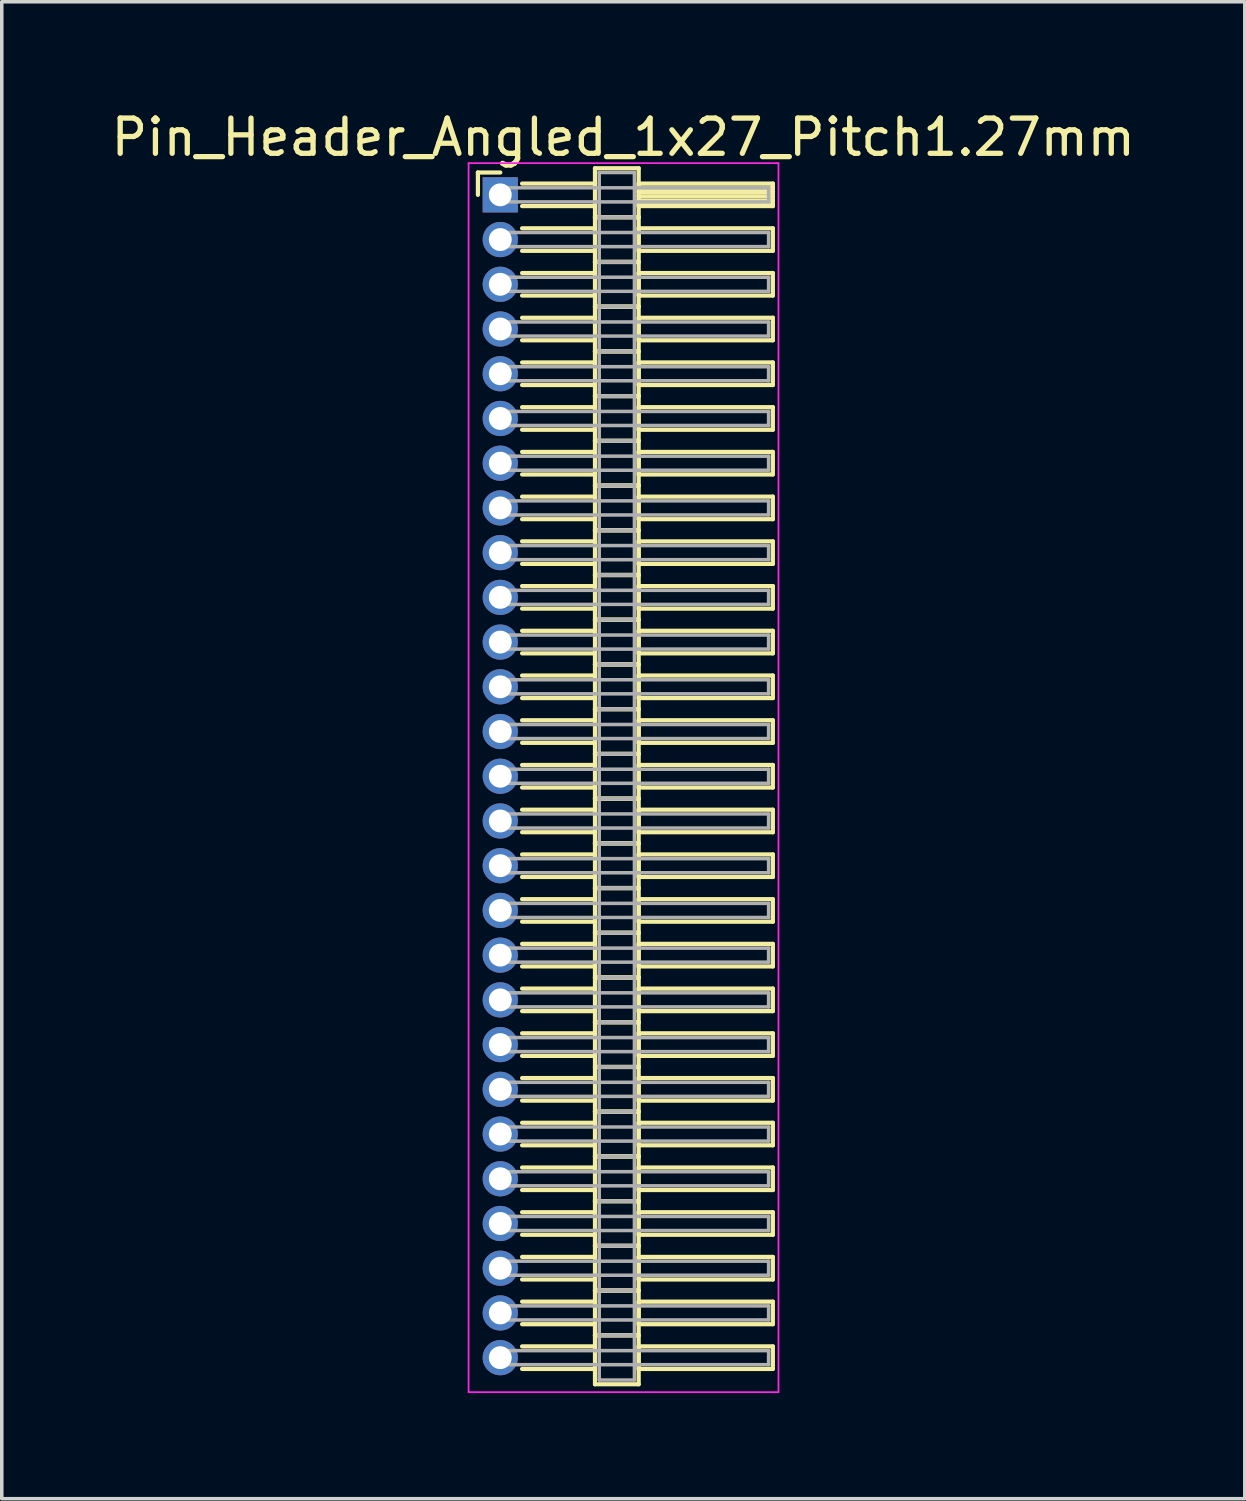
<source format=kicad_pcb>
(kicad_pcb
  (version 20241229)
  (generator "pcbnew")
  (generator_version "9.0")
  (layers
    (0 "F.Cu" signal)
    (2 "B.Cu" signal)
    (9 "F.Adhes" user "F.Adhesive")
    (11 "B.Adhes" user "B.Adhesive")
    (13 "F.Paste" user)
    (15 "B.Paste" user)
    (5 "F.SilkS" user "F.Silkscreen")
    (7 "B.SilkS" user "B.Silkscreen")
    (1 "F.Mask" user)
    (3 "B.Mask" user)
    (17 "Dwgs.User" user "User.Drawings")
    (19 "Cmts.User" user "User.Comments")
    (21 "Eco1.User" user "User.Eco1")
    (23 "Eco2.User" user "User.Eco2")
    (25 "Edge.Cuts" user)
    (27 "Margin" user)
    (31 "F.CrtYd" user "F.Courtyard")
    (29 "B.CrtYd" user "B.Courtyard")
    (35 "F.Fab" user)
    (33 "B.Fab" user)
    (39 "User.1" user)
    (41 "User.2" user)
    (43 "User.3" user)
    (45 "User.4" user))
  (footprint "Pin_Header_Angled_1x27_Pitch1.27mm"
    (layer "F.Cu")
    (at 11.156 2.483)
    (property "Reference" "Pin_Header_Angled_1x27_Pitch1.27mm" (at 3.493 -1.635 0) (layer "F.SilkS") (effects (font (size 1 1) (thickness 0.15))))
    (attr through_hole)
    (fp_line (start -0.635 -0.635) (end 0 -0.635) (stroke (width 0.12) (type solid)) (layer "F.SilkS"))
    (fp_line (start -0.635 0) (end -0.635 -0.635) (stroke (width 0.12) (type solid)) (layer "F.SilkS"))
    (fp_line (start 0.62 -0.32) (end 2.69 -0.32) (stroke (width 0.12) (type solid)) (layer "F.SilkS"))
    (fp_line (start 0.62 0.32) (end 2.69 0.32) (stroke (width 0.12) (type solid)) (layer "F.SilkS"))
    (fp_line (start 0.62 0.95) (end 2.69 0.95) (stroke (width 0.12) (type solid)) (layer "F.SilkS"))
    (fp_line (start 0.62 1.59) (end 2.69 1.59) (stroke (width 0.12) (type solid)) (layer "F.SilkS"))
    (fp_line (start 0.62 2.22) (end 2.69 2.22) (stroke (width 0.12) (type solid)) (layer "F.SilkS"))
    (fp_line (start 0.62 2.86) (end 2.69 2.86) (stroke (width 0.12) (type solid)) (layer "F.SilkS"))
    (fp_line (start 0.62 3.49) (end 2.69 3.49) (stroke (width 0.12) (type solid)) (layer "F.SilkS"))
    (fp_line (start 0.62 4.13) (end 2.69 4.13) (stroke (width 0.12) (type solid)) (layer "F.SilkS"))
    (fp_line (start 0.62 4.76) (end 2.69 4.76) (stroke (width 0.12) (type solid)) (layer "F.SilkS"))
    (fp_line (start 0.62 5.4) (end 2.69 5.4) (stroke (width 0.12) (type solid)) (layer "F.SilkS"))
    (fp_line (start 0.62 6.03) (end 2.69 6.03) (stroke (width 0.12) (type solid)) (layer "F.SilkS"))
    (fp_line (start 0.62 6.67) (end 2.69 6.67) (stroke (width 0.12) (type solid)) (layer "F.SilkS"))
    (fp_line (start 0.62 7.3) (end 2.69 7.3) (stroke (width 0.12) (type solid)) (layer "F.SilkS"))
    (fp_line (start 0.62 7.94) (end 2.69 7.94) (stroke (width 0.12) (type solid)) (layer "F.SilkS"))
    (fp_line (start 0.62 8.57) (end 2.69 8.57) (stroke (width 0.12) (type solid)) (layer "F.SilkS"))
    (fp_line (start 0.62 9.21) (end 2.69 9.21) (stroke (width 0.12) (type solid)) (layer "F.SilkS"))
    (fp_line (start 0.62 9.84) (end 2.69 9.84) (stroke (width 0.12) (type solid)) (layer "F.SilkS"))
    (fp_line (start 0.62 10.48) (end 2.69 10.48) (stroke (width 0.12) (type solid)) (layer "F.SilkS"))
    (fp_line (start 0.62 11.11) (end 2.69 11.11) (stroke (width 0.12) (type solid)) (layer "F.SilkS"))
    (fp_line (start 0.62 11.75) (end 2.69 11.75) (stroke (width 0.12) (type solid)) (layer "F.SilkS"))
    (fp_line (start 0.62 12.38) (end 2.69 12.38) (stroke (width 0.12) (type solid)) (layer "F.SilkS"))
    (fp_line (start 0.62 13.02) (end 2.69 13.02) (stroke (width 0.12) (type solid)) (layer "F.SilkS"))
    (fp_line (start 0.62 13.65) (end 2.69 13.65) (stroke (width 0.12) (type solid)) (layer "F.SilkS"))
    (fp_line (start 0.62 14.29) (end 2.69 14.29) (stroke (width 0.12) (type solid)) (layer "F.SilkS"))
    (fp_line (start 0.62 14.92) (end 2.69 14.92) (stroke (width 0.12) (type solid)) (layer "F.SilkS"))
    (fp_line (start 0.62 15.56) (end 2.69 15.56) (stroke (width 0.12) (type solid)) (layer "F.SilkS"))
    (fp_line (start 0.62 16.19) (end 2.69 16.19) (stroke (width 0.12) (type solid)) (layer "F.SilkS"))
    (fp_line (start 0.62 16.83) (end 2.69 16.83) (stroke (width 0.12) (type solid)) (layer "F.SilkS"))
    (fp_line (start 0.62 17.46) (end 2.69 17.46) (stroke (width 0.12) (type solid)) (layer "F.SilkS"))
    (fp_line (start 0.62 18.1) (end 2.69 18.1) (stroke (width 0.12) (type solid)) (layer "F.SilkS"))
    (fp_line (start 0.62 18.73) (end 2.69 18.73) (stroke (width 0.12) (type solid)) (layer "F.SilkS"))
    (fp_line (start 0.62 19.37) (end 2.69 19.37) (stroke (width 0.12) (type solid)) (layer "F.SilkS"))
    (fp_line (start 0.62 20) (end 2.69 20) (stroke (width 0.12) (type solid)) (layer "F.SilkS"))
    (fp_line (start 0.62 20.64) (end 2.69 20.64) (stroke (width 0.12) (type solid)) (layer "F.SilkS"))
    (fp_line (start 0.62 21.27) (end 2.69 21.27) (stroke (width 0.12) (type solid)) (layer "F.SilkS"))
    (fp_line (start 0.62 21.91) (end 2.69 21.91) (stroke (width 0.12) (type solid)) (layer "F.SilkS"))
    (fp_line (start 0.62 22.54) (end 2.69 22.54) (stroke (width 0.12) (type solid)) (layer "F.SilkS"))
    (fp_line (start 0.62 23.18) (end 2.69 23.18) (stroke (width 0.12) (type solid)) (layer "F.SilkS"))
    (fp_line (start 0.62 23.81) (end 2.69 23.81) (stroke (width 0.12) (type solid)) (layer "F.SilkS"))
    (fp_line (start 0.62 24.45) (end 2.69 24.45) (stroke (width 0.12) (type solid)) (layer "F.SilkS"))
    (fp_line (start 0.62 25.08) (end 2.69 25.08) (stroke (width 0.12) (type solid)) (layer "F.SilkS"))
    (fp_line (start 0.62 25.72) (end 2.69 25.72) (stroke (width 0.12) (type solid)) (layer "F.SilkS"))
    (fp_line (start 0.62 26.35) (end 2.69 26.35) (stroke (width 0.12) (type solid)) (layer "F.SilkS"))
    (fp_line (start 0.62 26.99) (end 2.69 26.99) (stroke (width 0.12) (type solid)) (layer "F.SilkS"))
    (fp_line (start 0.62 27.62) (end 2.69 27.62) (stroke (width 0.12) (type solid)) (layer "F.SilkS"))
    (fp_line (start 0.62 28.26) (end 2.69 28.26) (stroke (width 0.12) (type solid)) (layer "F.SilkS"))
    (fp_line (start 0.62 28.89) (end 2.69 28.89) (stroke (width 0.12) (type solid)) (layer "F.SilkS"))
    (fp_line (start 0.62 29.53) (end 2.69 29.53) (stroke (width 0.12) (type solid)) (layer "F.SilkS"))
    (fp_line (start 0.62 30.16) (end 2.69 30.16) (stroke (width 0.12) (type solid)) (layer "F.SilkS"))
    (fp_line (start 0.62 30.8) (end 2.69 30.8) (stroke (width 0.12) (type solid)) (layer "F.SilkS"))
    (fp_line (start 0.62 31.43) (end 2.69 31.43) (stroke (width 0.12) (type solid)) (layer "F.SilkS"))
    (fp_line (start 0.62 32.07) (end 2.69 32.07) (stroke (width 0.12) (type solid)) (layer "F.SilkS"))
    (fp_line (start 0.62 32.7) (end 2.69 32.7) (stroke (width 0.12) (type solid)) (layer "F.SilkS"))
    (fp_line (start 0.62 33.34) (end 2.69 33.34) (stroke (width 0.12) (type solid)) (layer "F.SilkS"))
    (fp_line (start 2.69 -0.755) (end 2.69 0.635) (stroke (width 0.12) (type solid)) (layer "F.SilkS"))
    (fp_line (start 2.69 0.635) (end 2.69 1.905) (stroke (width 0.12) (type solid)) (layer "F.SilkS"))
    (fp_line (start 2.69 0.635) (end 3.93 0.635) (stroke (width 0.12) (type solid)) (layer "F.SilkS"))
    (fp_line (start 2.69 1.905) (end 2.69 3.175) (stroke (width 0.12) (type solid)) (layer "F.SilkS"))
    (fp_line (start 2.69 1.905) (end 3.93 1.905) (stroke (width 0.12) (type solid)) (layer "F.SilkS"))
    (fp_line (start 2.69 3.175) (end 2.69 4.445) (stroke (width 0.12) (type solid)) (layer "F.SilkS"))
    (fp_line (start 2.69 3.175) (end 3.93 3.175) (stroke (width 0.12) (type solid)) (layer "F.SilkS"))
    (fp_line (start 2.69 4.445) (end 2.69 5.715) (stroke (width 0.12) (type solid)) (layer "F.SilkS"))
    (fp_line (start 2.69 4.445) (end 3.93 4.445) (stroke (width 0.12) (type solid)) (layer "F.SilkS"))
    (fp_line (start 2.69 5.715) (end 2.69 6.985) (stroke (width 0.12) (type solid)) (layer "F.SilkS"))
    (fp_line (start 2.69 5.715) (end 3.93 5.715) (stroke (width 0.12) (type solid)) (layer "F.SilkS"))
    (fp_line (start 2.69 6.985) (end 2.69 8.255) (stroke (width 0.12) (type solid)) (layer "F.SilkS"))
    (fp_line (start 2.69 6.985) (end 3.93 6.985) (stroke (width 0.12) (type solid)) (layer "F.SilkS"))
    (fp_line (start 2.69 8.255) (end 2.69 9.525) (stroke (width 0.12) (type solid)) (layer "F.SilkS"))
    (fp_line (start 2.69 8.255) (end 3.93 8.255) (stroke (width 0.12) (type solid)) (layer "F.SilkS"))
    (fp_line (start 2.69 9.525) (end 2.69 10.795) (stroke (width 0.12) (type solid)) (layer "F.SilkS"))
    (fp_line (start 2.69 9.525) (end 3.93 9.525) (stroke (width 0.12) (type solid)) (layer "F.SilkS"))
    (fp_line (start 2.69 10.795) (end 2.69 12.065) (stroke (width 0.12) (type solid)) (layer "F.SilkS"))
    (fp_line (start 2.69 10.795) (end 3.93 10.795) (stroke (width 0.12) (type solid)) (layer "F.SilkS"))
    (fp_line (start 2.69 12.065) (end 2.69 13.335) (stroke (width 0.12) (type solid)) (layer "F.SilkS"))
    (fp_line (start 2.69 12.065) (end 3.93 12.065) (stroke (width 0.12) (type solid)) (layer "F.SilkS"))
    (fp_line (start 2.69 13.335) (end 2.69 14.605) (stroke (width 0.12) (type solid)) (layer "F.SilkS"))
    (fp_line (start 2.69 13.335) (end 3.93 13.335) (stroke (width 0.12) (type solid)) (layer "F.SilkS"))
    (fp_line (start 2.69 14.605) (end 2.69 15.875) (stroke (width 0.12) (type solid)) (layer "F.SilkS"))
    (fp_line (start 2.69 14.605) (end 3.93 14.605) (stroke (width 0.12) (type solid)) (layer "F.SilkS"))
    (fp_line (start 2.69 15.875) (end 2.69 17.145) (stroke (width 0.12) (type solid)) (layer "F.SilkS"))
    (fp_line (start 2.69 15.875) (end 3.93 15.875) (stroke (width 0.12) (type solid)) (layer "F.SilkS"))
    (fp_line (start 2.69 17.145) (end 2.69 18.415) (stroke (width 0.12) (type solid)) (layer "F.SilkS"))
    (fp_line (start 2.69 17.145) (end 3.93 17.145) (stroke (width 0.12) (type solid)) (layer "F.SilkS"))
    (fp_line (start 2.69 18.415) (end 2.69 19.685) (stroke (width 0.12) (type solid)) (layer "F.SilkS"))
    (fp_line (start 2.69 18.415) (end 3.93 18.415) (stroke (width 0.12) (type solid)) (layer "F.SilkS"))
    (fp_line (start 2.69 19.685) (end 2.69 20.955) (stroke (width 0.12) (type solid)) (layer "F.SilkS"))
    (fp_line (start 2.69 19.685) (end 3.93 19.685) (stroke (width 0.12) (type solid)) (layer "F.SilkS"))
    (fp_line (start 2.69 20.955) (end 2.69 22.225) (stroke (width 0.12) (type solid)) (layer "F.SilkS"))
    (fp_line (start 2.69 20.955) (end 3.93 20.955) (stroke (width 0.12) (type solid)) (layer "F.SilkS"))
    (fp_line (start 2.69 22.225) (end 2.69 23.495) (stroke (width 0.12) (type solid)) (layer "F.SilkS"))
    (fp_line (start 2.69 22.225) (end 3.93 22.225) (stroke (width 0.12) (type solid)) (layer "F.SilkS"))
    (fp_line (start 2.69 23.495) (end 2.69 24.765) (stroke (width 0.12) (type solid)) (layer "F.SilkS"))
    (fp_line (start 2.69 23.495) (end 3.93 23.495) (stroke (width 0.12) (type solid)) (layer "F.SilkS"))
    (fp_line (start 2.69 24.765) (end 2.69 26.035) (stroke (width 0.12) (type solid)) (layer "F.SilkS"))
    (fp_line (start 2.69 24.765) (end 3.93 24.765) (stroke (width 0.12) (type solid)) (layer "F.SilkS"))
    (fp_line (start 2.69 26.035) (end 2.69 27.305) (stroke (width 0.12) (type solid)) (layer "F.SilkS"))
    (fp_line (start 2.69 26.035) (end 3.93 26.035) (stroke (width 0.12) (type solid)) (layer "F.SilkS"))
    (fp_line (start 2.69 27.305) (end 2.69 28.575) (stroke (width 0.12) (type solid)) (layer "F.SilkS"))
    (fp_line (start 2.69 27.305) (end 3.93 27.305) (stroke (width 0.12) (type solid)) (layer "F.SilkS"))
    (fp_line (start 2.69 28.575) (end 2.69 29.845) (stroke (width 0.12) (type solid)) (layer "F.SilkS"))
    (fp_line (start 2.69 28.575) (end 3.93 28.575) (stroke (width 0.12) (type solid)) (layer "F.SilkS"))
    (fp_line (start 2.69 29.845) (end 2.69 31.115) (stroke (width 0.12) (type solid)) (layer "F.SilkS"))
    (fp_line (start 2.69 29.845) (end 3.93 29.845) (stroke (width 0.12) (type solid)) (layer "F.SilkS"))
    (fp_line (start 2.69 31.115) (end 2.69 32.385) (stroke (width 0.12) (type solid)) (layer "F.SilkS"))
    (fp_line (start 2.69 31.115) (end 3.93 31.115) (stroke (width 0.12) (type solid)) (layer "F.SilkS"))
    (fp_line (start 2.69 32.385) (end 2.69 33.775) (stroke (width 0.12) (type solid)) (layer "F.SilkS"))
    (fp_line (start 2.69 32.385) (end 3.93 32.385) (stroke (width 0.12) (type solid)) (layer "F.SilkS"))
    (fp_line (start 2.69 33.775) (end 3.93 33.775) (stroke (width 0.12) (type solid)) (layer "F.SilkS"))
    (fp_line (start 3.93 -0.755) (end 2.69 -0.755) (stroke (width 0.12) (type solid)) (layer "F.SilkS"))
    (fp_line (start 3.93 -0.32) (end 3.93 0.32) (stroke (width 0.12) (type solid)) (layer "F.SilkS"))
    (fp_line (start 3.93 -0.2) (end 7.74 -0.2) (stroke (width 0.12) (type solid)) (layer "F.SilkS"))
    (fp_line (start 3.93 -0.08) (end 7.74 -0.08) (stroke (width 0.12) (type solid)) (layer "F.SilkS"))
    (fp_line (start 3.93 0.04) (end 7.74 0.04) (stroke (width 0.12) (type solid)) (layer "F.SilkS"))
    (fp_line (start 3.93 0.16) (end 7.74 0.16) (stroke (width 0.12) (type solid)) (layer "F.SilkS"))
    (fp_line (start 3.93 0.28) (end 7.74 0.28) (stroke (width 0.12) (type solid)) (layer "F.SilkS"))
    (fp_line (start 3.93 0.32) (end 7.74 0.32) (stroke (width 0.12) (type solid)) (layer "F.SilkS"))
    (fp_line (start 3.93 0.635) (end 2.69 0.635) (stroke (width 0.12) (type solid)) (layer "F.SilkS"))
    (fp_line (start 3.93 0.635) (end 3.93 -0.755) (stroke (width 0.12) (type solid)) (layer "F.SilkS"))
    (fp_line (start 3.93 0.95) (end 3.93 1.59) (stroke (width 0.12) (type solid)) (layer "F.SilkS"))
    (fp_line (start 3.93 1.59) (end 7.74 1.59) (stroke (width 0.12) (type solid)) (layer "F.SilkS"))
    (fp_line (start 3.93 1.905) (end 2.69 1.905) (stroke (width 0.12) (type solid)) (layer "F.SilkS"))
    (fp_line (start 3.93 1.905) (end 3.93 0.635) (stroke (width 0.12) (type solid)) (layer "F.SilkS"))
    (fp_line (start 3.93 2.22) (end 3.93 2.86) (stroke (width 0.12) (type solid)) (layer "F.SilkS"))
    (fp_line (start 3.93 2.86) (end 7.74 2.86) (stroke (width 0.12) (type solid)) (layer "F.SilkS"))
    (fp_line (start 3.93 3.175) (end 2.69 3.175) (stroke (width 0.12) (type solid)) (layer "F.SilkS"))
    (fp_line (start 3.93 3.175) (end 3.93 1.905) (stroke (width 0.12) (type solid)) (layer "F.SilkS"))
    (fp_line (start 3.93 3.49) (end 3.93 4.13) (stroke (width 0.12) (type solid)) (layer "F.SilkS"))
    (fp_line (start 3.93 4.13) (end 7.74 4.13) (stroke (width 0.12) (type solid)) (layer "F.SilkS"))
    (fp_line (start 3.93 4.445) (end 2.69 4.445) (stroke (width 0.12) (type solid)) (layer "F.SilkS"))
    (fp_line (start 3.93 4.445) (end 3.93 3.175) (stroke (width 0.12) (type solid)) (layer "F.SilkS"))
    (fp_line (start 3.93 4.76) (end 3.93 5.4) (stroke (width 0.12) (type solid)) (layer "F.SilkS"))
    (fp_line (start 3.93 5.4) (end 7.74 5.4) (stroke (width 0.12) (type solid)) (layer "F.SilkS"))
    (fp_line (start 3.93 5.715) (end 2.69 5.715) (stroke (width 0.12) (type solid)) (layer "F.SilkS"))
    (fp_line (start 3.93 5.715) (end 3.93 4.445) (stroke (width 0.12) (type solid)) (layer "F.SilkS"))
    (fp_line (start 3.93 6.03) (end 3.93 6.67) (stroke (width 0.12) (type solid)) (layer "F.SilkS"))
    (fp_line (start 3.93 6.67) (end 7.74 6.67) (stroke (width 0.12) (type solid)) (layer "F.SilkS"))
    (fp_line (start 3.93 6.985) (end 2.69 6.985) (stroke (width 0.12) (type solid)) (layer "F.SilkS"))
    (fp_line (start 3.93 6.985) (end 3.93 5.715) (stroke (width 0.12) (type solid)) (layer "F.SilkS"))
    (fp_line (start 3.93 7.3) (end 3.93 7.94) (stroke (width 0.12) (type solid)) (layer "F.SilkS"))
    (fp_line (start 3.93 7.94) (end 7.74 7.94) (stroke (width 0.12) (type solid)) (layer "F.SilkS"))
    (fp_line (start 3.93 8.255) (end 2.69 8.255) (stroke (width 0.12) (type solid)) (layer "F.SilkS"))
    (fp_line (start 3.93 8.255) (end 3.93 6.985) (stroke (width 0.12) (type solid)) (layer "F.SilkS"))
    (fp_line (start 3.93 8.57) (end 3.93 9.21) (stroke (width 0.12) (type solid)) (layer "F.SilkS"))
    (fp_line (start 3.93 9.21) (end 7.74 9.21) (stroke (width 0.12) (type solid)) (layer "F.SilkS"))
    (fp_line (start 3.93 9.525) (end 2.69 9.525) (stroke (width 0.12) (type solid)) (layer "F.SilkS"))
    (fp_line (start 3.93 9.525) (end 3.93 8.255) (stroke (width 0.12) (type solid)) (layer "F.SilkS"))
    (fp_line (start 3.93 9.84) (end 3.93 10.48) (stroke (width 0.12) (type solid)) (layer "F.SilkS"))
    (fp_line (start 3.93 10.48) (end 7.74 10.48) (stroke (width 0.12) (type solid)) (layer "F.SilkS"))
    (fp_line (start 3.93 10.795) (end 2.69 10.795) (stroke (width 0.12) (type solid)) (layer "F.SilkS"))
    (fp_line (start 3.93 10.795) (end 3.93 9.525) (stroke (width 0.12) (type solid)) (layer "F.SilkS"))
    (fp_line (start 3.93 11.11) (end 3.93 11.75) (stroke (width 0.12) (type solid)) (layer "F.SilkS"))
    (fp_line (start 3.93 11.75) (end 7.74 11.75) (stroke (width 0.12) (type solid)) (layer "F.SilkS"))
    (fp_line (start 3.93 12.065) (end 2.69 12.065) (stroke (width 0.12) (type solid)) (layer "F.SilkS"))
    (fp_line (start 3.93 12.065) (end 3.93 10.795) (stroke (width 0.12) (type solid)) (layer "F.SilkS"))
    (fp_line (start 3.93 12.38) (end 3.93 13.02) (stroke (width 0.12) (type solid)) (layer "F.SilkS"))
    (fp_line (start 3.93 13.02) (end 7.74 13.02) (stroke (width 0.12) (type solid)) (layer "F.SilkS"))
    (fp_line (start 3.93 13.335) (end 2.69 13.335) (stroke (width 0.12) (type solid)) (layer "F.SilkS"))
    (fp_line (start 3.93 13.335) (end 3.93 12.065) (stroke (width 0.12) (type solid)) (layer "F.SilkS"))
    (fp_line (start 3.93 13.65) (end 3.93 14.29) (stroke (width 0.12) (type solid)) (layer "F.SilkS"))
    (fp_line (start 3.93 14.29) (end 7.74 14.29) (stroke (width 0.12) (type solid)) (layer "F.SilkS"))
    (fp_line (start 3.93 14.605) (end 2.69 14.605) (stroke (width 0.12) (type solid)) (layer "F.SilkS"))
    (fp_line (start 3.93 14.605) (end 3.93 13.335) (stroke (width 0.12) (type solid)) (layer "F.SilkS"))
    (fp_line (start 3.93 14.92) (end 3.93 15.56) (stroke (width 0.12) (type solid)) (layer "F.SilkS"))
    (fp_line (start 3.93 15.56) (end 7.74 15.56) (stroke (width 0.12) (type solid)) (layer "F.SilkS"))
    (fp_line (start 3.93 15.875) (end 2.69 15.875) (stroke (width 0.12) (type solid)) (layer "F.SilkS"))
    (fp_line (start 3.93 15.875) (end 3.93 14.605) (stroke (width 0.12) (type solid)) (layer "F.SilkS"))
    (fp_line (start 3.93 16.19) (end 3.93 16.83) (stroke (width 0.12) (type solid)) (layer "F.SilkS"))
    (fp_line (start 3.93 16.83) (end 7.74 16.83) (stroke (width 0.12) (type solid)) (layer "F.SilkS"))
    (fp_line (start 3.93 17.145) (end 2.69 17.145) (stroke (width 0.12) (type solid)) (layer "F.SilkS"))
    (fp_line (start 3.93 17.145) (end 3.93 15.875) (stroke (width 0.12) (type solid)) (layer "F.SilkS"))
    (fp_line (start 3.93 17.46) (end 3.93 18.1) (stroke (width 0.12) (type solid)) (layer "F.SilkS"))
    (fp_line (start 3.93 18.1) (end 7.74 18.1) (stroke (width 0.12) (type solid)) (layer "F.SilkS"))
    (fp_line (start 3.93 18.415) (end 2.69 18.415) (stroke (width 0.12) (type solid)) (layer "F.SilkS"))
    (fp_line (start 3.93 18.415) (end 3.93 17.145) (stroke (width 0.12) (type solid)) (layer "F.SilkS"))
    (fp_line (start 3.93 18.73) (end 3.93 19.37) (stroke (width 0.12) (type solid)) (layer "F.SilkS"))
    (fp_line (start 3.93 19.37) (end 7.74 19.37) (stroke (width 0.12) (type solid)) (layer "F.SilkS"))
    (fp_line (start 3.93 19.685) (end 2.69 19.685) (stroke (width 0.12) (type solid)) (layer "F.SilkS"))
    (fp_line (start 3.93 19.685) (end 3.93 18.415) (stroke (width 0.12) (type solid)) (layer "F.SilkS"))
    (fp_line (start 3.93 20) (end 3.93 20.64) (stroke (width 0.12) (type solid)) (layer "F.SilkS"))
    (fp_line (start 3.93 20.64) (end 7.74 20.64) (stroke (width 0.12) (type solid)) (layer "F.SilkS"))
    (fp_line (start 3.93 20.955) (end 2.69 20.955) (stroke (width 0.12) (type solid)) (layer "F.SilkS"))
    (fp_line (start 3.93 20.955) (end 3.93 19.685) (stroke (width 0.12) (type solid)) (layer "F.SilkS"))
    (fp_line (start 3.93 21.27) (end 3.93 21.91) (stroke (width 0.12) (type solid)) (layer "F.SilkS"))
    (fp_line (start 3.93 21.91) (end 7.74 21.91) (stroke (width 0.12) (type solid)) (layer "F.SilkS"))
    (fp_line (start 3.93 22.225) (end 2.69 22.225) (stroke (width 0.12) (type solid)) (layer "F.SilkS"))
    (fp_line (start 3.93 22.225) (end 3.93 20.955) (stroke (width 0.12) (type solid)) (layer "F.SilkS"))
    (fp_line (start 3.93 22.54) (end 3.93 23.18) (stroke (width 0.12) (type solid)) (layer "F.SilkS"))
    (fp_line (start 3.93 23.18) (end 7.74 23.18) (stroke (width 0.12) (type solid)) (layer "F.SilkS"))
    (fp_line (start 3.93 23.495) (end 2.69 23.495) (stroke (width 0.12) (type solid)) (layer "F.SilkS"))
    (fp_line (start 3.93 23.495) (end 3.93 22.225) (stroke (width 0.12) (type solid)) (layer "F.SilkS"))
    (fp_line (start 3.93 23.81) (end 3.93 24.45) (stroke (width 0.12) (type solid)) (layer "F.SilkS"))
    (fp_line (start 3.93 24.45) (end 7.74 24.45) (stroke (width 0.12) (type solid)) (layer "F.SilkS"))
    (fp_line (start 3.93 24.765) (end 2.69 24.765) (stroke (width 0.12) (type solid)) (layer "F.SilkS"))
    (fp_line (start 3.93 24.765) (end 3.93 23.495) (stroke (width 0.12) (type solid)) (layer "F.SilkS"))
    (fp_line (start 3.93 25.08) (end 3.93 25.72) (stroke (width 0.12) (type solid)) (layer "F.SilkS"))
    (fp_line (start 3.93 25.72) (end 7.74 25.72) (stroke (width 0.12) (type solid)) (layer "F.SilkS"))
    (fp_line (start 3.93 26.035) (end 2.69 26.035) (stroke (width 0.12) (type solid)) (layer "F.SilkS"))
    (fp_line (start 3.93 26.035) (end 3.93 24.765) (stroke (width 0.12) (type solid)) (layer "F.SilkS"))
    (fp_line (start 3.93 26.35) (end 3.93 26.99) (stroke (width 0.12) (type solid)) (layer "F.SilkS"))
    (fp_line (start 3.93 26.99) (end 7.74 26.99) (stroke (width 0.12) (type solid)) (layer "F.SilkS"))
    (fp_line (start 3.93 27.305) (end 2.69 27.305) (stroke (width 0.12) (type solid)) (layer "F.SilkS"))
    (fp_line (start 3.93 27.305) (end 3.93 26.035) (stroke (width 0.12) (type solid)) (layer "F.SilkS"))
    (fp_line (start 3.93 27.62) (end 3.93 28.26) (stroke (width 0.12) (type solid)) (layer "F.SilkS"))
    (fp_line (start 3.93 28.26) (end 7.74 28.26) (stroke (width 0.12) (type solid)) (layer "F.SilkS"))
    (fp_line (start 3.93 28.575) (end 2.69 28.575) (stroke (width 0.12) (type solid)) (layer "F.SilkS"))
    (fp_line (start 3.93 28.575) (end 3.93 27.305) (stroke (width 0.12) (type solid)) (layer "F.SilkS"))
    (fp_line (start 3.93 28.89) (end 3.93 29.53) (stroke (width 0.12) (type solid)) (layer "F.SilkS"))
    (fp_line (start 3.93 29.53) (end 7.74 29.53) (stroke (width 0.12) (type solid)) (layer "F.SilkS"))
    (fp_line (start 3.93 29.845) (end 2.69 29.845) (stroke (width 0.12) (type solid)) (layer "F.SilkS"))
    (fp_line (start 3.93 29.845) (end 3.93 28.575) (stroke (width 0.12) (type solid)) (layer "F.SilkS"))
    (fp_line (start 3.93 30.16) (end 3.93 30.8) (stroke (width 0.12) (type solid)) (layer "F.SilkS"))
    (fp_line (start 3.93 30.8) (end 7.74 30.8) (stroke (width 0.12) (type solid)) (layer "F.SilkS"))
    (fp_line (start 3.93 31.115) (end 2.69 31.115) (stroke (width 0.12) (type solid)) (layer "F.SilkS"))
    (fp_line (start 3.93 31.115) (end 3.93 29.845) (stroke (width 0.12) (type solid)) (layer "F.SilkS"))
    (fp_line (start 3.93 31.43) (end 3.93 32.07) (stroke (width 0.12) (type solid)) (layer "F.SilkS"))
    (fp_line (start 3.93 32.07) (end 7.74 32.07) (stroke (width 0.12) (type solid)) (layer "F.SilkS"))
    (fp_line (start 3.93 32.385) (end 2.69 32.385) (stroke (width 0.12) (type solid)) (layer "F.SilkS"))
    (fp_line (start 3.93 32.385) (end 3.93 31.115) (stroke (width 0.12) (type solid)) (layer "F.SilkS"))
    (fp_line (start 3.93 32.7) (end 3.93 33.34) (stroke (width 0.12) (type solid)) (layer "F.SilkS"))
    (fp_line (start 3.93 33.34) (end 7.74 33.34) (stroke (width 0.12) (type solid)) (layer "F.SilkS"))
    (fp_line (start 3.93 33.775) (end 3.93 32.385) (stroke (width 0.12) (type solid)) (layer "F.SilkS"))
    (fp_line (start 7.74 -0.32) (end 3.93 -0.32) (stroke (width 0.12) (type solid)) (layer "F.SilkS"))
    (fp_line (start 7.74 0.32) (end 7.74 -0.32) (stroke (width 0.12) (type solid)) (layer "F.SilkS"))
    (fp_line (start 7.74 0.95) (end 3.93 0.95) (stroke (width 0.12) (type solid)) (layer "F.SilkS"))
    (fp_line (start 7.74 1.59) (end 7.74 0.95) (stroke (width 0.12) (type solid)) (layer "F.SilkS"))
    (fp_line (start 7.74 2.22) (end 3.93 2.22) (stroke (width 0.12) (type solid)) (layer "F.SilkS"))
    (fp_line (start 7.74 2.86) (end 7.74 2.22) (stroke (width 0.12) (type solid)) (layer "F.SilkS"))
    (fp_line (start 7.74 3.49) (end 3.93 3.49) (stroke (width 0.12) (type solid)) (layer "F.SilkS"))
    (fp_line (start 7.74 4.13) (end 7.74 3.49) (stroke (width 0.12) (type solid)) (layer "F.SilkS"))
    (fp_line (start 7.74 4.76) (end 3.93 4.76) (stroke (width 0.12) (type solid)) (layer "F.SilkS"))
    (fp_line (start 7.74 5.4) (end 7.74 4.76) (stroke (width 0.12) (type solid)) (layer "F.SilkS"))
    (fp_line (start 7.74 6.03) (end 3.93 6.03) (stroke (width 0.12) (type solid)) (layer "F.SilkS"))
    (fp_line (start 7.74 6.67) (end 7.74 6.03) (stroke (width 0.12) (type solid)) (layer "F.SilkS"))
    (fp_line (start 7.74 7.3) (end 3.93 7.3) (stroke (width 0.12) (type solid)) (layer "F.SilkS"))
    (fp_line (start 7.74 7.94) (end 7.74 7.3) (stroke (width 0.12) (type solid)) (layer "F.SilkS"))
    (fp_line (start 7.74 8.57) (end 3.93 8.57) (stroke (width 0.12) (type solid)) (layer "F.SilkS"))
    (fp_line (start 7.74 9.21) (end 7.74 8.57) (stroke (width 0.12) (type solid)) (layer "F.SilkS"))
    (fp_line (start 7.74 9.84) (end 3.93 9.84) (stroke (width 0.12) (type solid)) (layer "F.SilkS"))
    (fp_line (start 7.74 10.48) (end 7.74 9.84) (stroke (width 0.12) (type solid)) (layer "F.SilkS"))
    (fp_line (start 7.74 11.11) (end 3.93 11.11) (stroke (width 0.12) (type solid)) (layer "F.SilkS"))
    (fp_line (start 7.74 11.75) (end 7.74 11.11) (stroke (width 0.12) (type solid)) (layer "F.SilkS"))
    (fp_line (start 7.74 12.38) (end 3.93 12.38) (stroke (width 0.12) (type solid)) (layer "F.SilkS"))
    (fp_line (start 7.74 13.02) (end 7.74 12.38) (stroke (width 0.12) (type solid)) (layer "F.SilkS"))
    (fp_line (start 7.74 13.65) (end 3.93 13.65) (stroke (width 0.12) (type solid)) (layer "F.SilkS"))
    (fp_line (start 7.74 14.29) (end 7.74 13.65) (stroke (width 0.12) (type solid)) (layer "F.SilkS"))
    (fp_line (start 7.74 14.92) (end 3.93 14.92) (stroke (width 0.12) (type solid)) (layer "F.SilkS"))
    (fp_line (start 7.74 15.56) (end 7.74 14.92) (stroke (width 0.12) (type solid)) (layer "F.SilkS"))
    (fp_line (start 7.74 16.19) (end 3.93 16.19) (stroke (width 0.12) (type solid)) (layer "F.SilkS"))
    (fp_line (start 7.74 16.83) (end 7.74 16.19) (stroke (width 0.12) (type solid)) (layer "F.SilkS"))
    (fp_line (start 7.74 17.46) (end 3.93 17.46) (stroke (width 0.12) (type solid)) (layer "F.SilkS"))
    (fp_line (start 7.74 18.1) (end 7.74 17.46) (stroke (width 0.12) (type solid)) (layer "F.SilkS"))
    (fp_line (start 7.74 18.73) (end 3.93 18.73) (stroke (width 0.12) (type solid)) (layer "F.SilkS"))
    (fp_line (start 7.74 19.37) (end 7.74 18.73) (stroke (width 0.12) (type solid)) (layer "F.SilkS"))
    (fp_line (start 7.74 20) (end 3.93 20) (stroke (width 0.12) (type solid)) (layer "F.SilkS"))
    (fp_line (start 7.74 20.64) (end 7.74 20) (stroke (width 0.12) (type solid)) (layer "F.SilkS"))
    (fp_line (start 7.74 21.27) (end 3.93 21.27) (stroke (width 0.12) (type solid)) (layer "F.SilkS"))
    (fp_line (start 7.74 21.91) (end 7.74 21.27) (stroke (width 0.12) (type solid)) (layer "F.SilkS"))
    (fp_line (start 7.74 22.54) (end 3.93 22.54) (stroke (width 0.12) (type solid)) (layer "F.SilkS"))
    (fp_line (start 7.74 23.18) (end 7.74 22.54) (stroke (width 0.12) (type solid)) (layer "F.SilkS"))
    (fp_line (start 7.74 23.81) (end 3.93 23.81) (stroke (width 0.12) (type solid)) (layer "F.SilkS"))
    (fp_line (start 7.74 24.45) (end 7.74 23.81) (stroke (width 0.12) (type solid)) (layer "F.SilkS"))
    (fp_line (start 7.74 25.08) (end 3.93 25.08) (stroke (width 0.12) (type solid)) (layer "F.SilkS"))
    (fp_line (start 7.74 25.72) (end 7.74 25.08) (stroke (width 0.12) (type solid)) (layer "F.SilkS"))
    (fp_line (start 7.74 26.35) (end 3.93 26.35) (stroke (width 0.12) (type solid)) (layer "F.SilkS"))
    (fp_line (start 7.74 26.99) (end 7.74 26.35) (stroke (width 0.12) (type solid)) (layer "F.SilkS"))
    (fp_line (start 7.74 27.62) (end 3.93 27.62) (stroke (width 0.12) (type solid)) (layer "F.SilkS"))
    (fp_line (start 7.74 28.26) (end 7.74 27.62) (stroke (width 0.12) (type solid)) (layer "F.SilkS"))
    (fp_line (start 7.74 28.89) (end 3.93 28.89) (stroke (width 0.12) (type solid)) (layer "F.SilkS"))
    (fp_line (start 7.74 29.53) (end 7.74 28.89) (stroke (width 0.12) (type solid)) (layer "F.SilkS"))
    (fp_line (start 7.74 30.16) (end 3.93 30.16) (stroke (width 0.12) (type solid)) (layer "F.SilkS"))
    (fp_line (start 7.74 30.8) (end 7.74 30.16) (stroke (width 0.12) (type solid)) (layer "F.SilkS"))
    (fp_line (start 7.74 31.43) (end 3.93 31.43) (stroke (width 0.12) (type solid)) (layer "F.SilkS"))
    (fp_line (start 7.74 32.07) (end 7.74 31.43) (stroke (width 0.12) (type solid)) (layer "F.SilkS"))
    (fp_line (start 7.74 32.7) (end 3.93 32.7) (stroke (width 0.12) (type solid)) (layer "F.SilkS"))
    (fp_line (start 7.74 33.34) (end 7.74 32.7) (stroke (width 0.12) (type solid)) (layer "F.SilkS"))
    (fp_line (start -0.9 -0.9) (end -0.9 34) (stroke (width 0.05) (type solid)) (layer "F.CrtYd"))
    (fp_line (start -0.9 34) (end 7.9 34) (stroke (width 0.05) (type solid)) (layer "F.CrtYd"))
    (fp_line (start 7.9 -0.9) (end -0.9 -0.9) (stroke (width 0.05) (type solid)) (layer "F.CrtYd"))
    (fp_line (start 7.9 34) (end 7.9 -0.9) (stroke (width 0.05) (type solid)) (layer "F.CrtYd"))
    (fp_line (start 0 -0.2) (end 0 0.2) (stroke (width 0.1) (type solid)) (layer "F.Fab"))
    (fp_line (start 0 0.2) (end 7.62 0.2) (stroke (width 0.1) (type solid)) (layer "F.Fab"))
    (fp_line (start 0 1.07) (end 0 1.47) (stroke (width 0.1) (type solid)) (layer "F.Fab"))
    (fp_line (start 0 1.47) (end 7.62 1.47) (stroke (width 0.1) (type solid)) (layer "F.Fab"))
    (fp_line (start 0 2.34) (end 0 2.74) (stroke (width 0.1) (type solid)) (layer "F.Fab"))
    (fp_line (start 0 2.74) (end 7.62 2.74) (stroke (width 0.1) (type solid)) (layer "F.Fab"))
    (fp_line (start 0 3.61) (end 0 4.01) (stroke (width 0.1) (type solid)) (layer "F.Fab"))
    (fp_line (start 0 4.01) (end 7.62 4.01) (stroke (width 0.1) (type solid)) (layer "F.Fab"))
    (fp_line (start 0 4.88) (end 0 5.28) (stroke (width 0.1) (type solid)) (layer "F.Fab"))
    (fp_line (start 0 5.28) (end 7.62 5.28) (stroke (width 0.1) (type solid)) (layer "F.Fab"))
    (fp_line (start 0 6.15) (end 0 6.55) (stroke (width 0.1) (type solid)) (layer "F.Fab"))
    (fp_line (start 0 6.55) (end 7.62 6.55) (stroke (width 0.1) (type solid)) (layer "F.Fab"))
    (fp_line (start 0 7.42) (end 0 7.82) (stroke (width 0.1) (type solid)) (layer "F.Fab"))
    (fp_line (start 0 7.82) (end 7.62 7.82) (stroke (width 0.1) (type solid)) (layer "F.Fab"))
    (fp_line (start 0 8.69) (end 0 9.09) (stroke (width 0.1) (type solid)) (layer "F.Fab"))
    (fp_line (start 0 9.09) (end 7.62 9.09) (stroke (width 0.1) (type solid)) (layer "F.Fab"))
    (fp_line (start 0 9.96) (end 0 10.36) (stroke (width 0.1) (type solid)) (layer "F.Fab"))
    (fp_line (start 0 10.36) (end 7.62 10.36) (stroke (width 0.1) (type solid)) (layer "F.Fab"))
    (fp_line (start 0 11.23) (end 0 11.63) (stroke (width 0.1) (type solid)) (layer "F.Fab"))
    (fp_line (start 0 11.63) (end 7.62 11.63) (stroke (width 0.1) (type solid)) (layer "F.Fab"))
    (fp_line (start 0 12.5) (end 0 12.9) (stroke (width 0.1) (type solid)) (layer "F.Fab"))
    (fp_line (start 0 12.9) (end 7.62 12.9) (stroke (width 0.1) (type solid)) (layer "F.Fab"))
    (fp_line (start 0 13.77) (end 0 14.17) (stroke (width 0.1) (type solid)) (layer "F.Fab"))
    (fp_line (start 0 14.17) (end 7.62 14.17) (stroke (width 0.1) (type solid)) (layer "F.Fab"))
    (fp_line (start 0 15.04) (end 0 15.44) (stroke (width 0.1) (type solid)) (layer "F.Fab"))
    (fp_line (start 0 15.44) (end 7.62 15.44) (stroke (width 0.1) (type solid)) (layer "F.Fab"))
    (fp_line (start 0 16.31) (end 0 16.71) (stroke (width 0.1) (type solid)) (layer "F.Fab"))
    (fp_line (start 0 16.71) (end 7.62 16.71) (stroke (width 0.1) (type solid)) (layer "F.Fab"))
    (fp_line (start 0 17.58) (end 0 17.98) (stroke (width 0.1) (type solid)) (layer "F.Fab"))
    (fp_line (start 0 17.98) (end 7.62 17.98) (stroke (width 0.1) (type solid)) (layer "F.Fab"))
    (fp_line (start 0 18.85) (end 0 19.25) (stroke (width 0.1) (type solid)) (layer "F.Fab"))
    (fp_line (start 0 19.25) (end 7.62 19.25) (stroke (width 0.1) (type solid)) (layer "F.Fab"))
    (fp_line (start 0 20.12) (end 0 20.52) (stroke (width 0.1) (type solid)) (layer "F.Fab"))
    (fp_line (start 0 20.52) (end 7.62 20.52) (stroke (width 0.1) (type solid)) (layer "F.Fab"))
    (fp_line (start 0 21.39) (end 0 21.79) (stroke (width 0.1) (type solid)) (layer "F.Fab"))
    (fp_line (start 0 21.79) (end 7.62 21.79) (stroke (width 0.1) (type solid)) (layer "F.Fab"))
    (fp_line (start 0 22.66) (end 0 23.06) (stroke (width 0.1) (type solid)) (layer "F.Fab"))
    (fp_line (start 0 23.06) (end 7.62 23.06) (stroke (width 0.1) (type solid)) (layer "F.Fab"))
    (fp_line (start 0 23.93) (end 0 24.33) (stroke (width 0.1) (type solid)) (layer "F.Fab"))
    (fp_line (start 0 24.33) (end 7.62 24.33) (stroke (width 0.1) (type solid)) (layer "F.Fab"))
    (fp_line (start 0 25.2) (end 0 25.6) (stroke (width 0.1) (type solid)) (layer "F.Fab"))
    (fp_line (start 0 25.6) (end 7.62 25.6) (stroke (width 0.1) (type solid)) (layer "F.Fab"))
    (fp_line (start 0 26.47) (end 0 26.87) (stroke (width 0.1) (type solid)) (layer "F.Fab"))
    (fp_line (start 0 26.87) (end 7.62 26.87) (stroke (width 0.1) (type solid)) (layer "F.Fab"))
    (fp_line (start 0 27.74) (end 0 28.14) (stroke (width 0.1) (type solid)) (layer "F.Fab"))
    (fp_line (start 0 28.14) (end 7.62 28.14) (stroke (width 0.1) (type solid)) (layer "F.Fab"))
    (fp_line (start 0 29.01) (end 0 29.41) (stroke (width 0.1) (type solid)) (layer "F.Fab"))
    (fp_line (start 0 29.41) (end 7.62 29.41) (stroke (width 0.1) (type solid)) (layer "F.Fab"))
    (fp_line (start 0 30.28) (end 0 30.68) (stroke (width 0.1) (type solid)) (layer "F.Fab"))
    (fp_line (start 0 30.68) (end 7.62 30.68) (stroke (width 0.1) (type solid)) (layer "F.Fab"))
    (fp_line (start 0 31.55) (end 0 31.95) (stroke (width 0.1) (type solid)) (layer "F.Fab"))
    (fp_line (start 0 31.95) (end 7.62 31.95) (stroke (width 0.1) (type solid)) (layer "F.Fab"))
    (fp_line (start 0 32.82) (end 0 33.22) (stroke (width 0.1) (type solid)) (layer "F.Fab"))
    (fp_line (start 0 33.22) (end 7.62 33.22) (stroke (width 0.1) (type solid)) (layer "F.Fab"))
    (fp_line (start 2.81 -0.635) (end 2.81 0.635) (stroke (width 0.1) (type solid)) (layer "F.Fab"))
    (fp_line (start 2.81 0.635) (end 2.81 1.905) (stroke (width 0.1) (type solid)) (layer "F.Fab"))
    (fp_line (start 2.81 0.635) (end 3.81 0.635) (stroke (width 0.1) (type solid)) (layer "F.Fab"))
    (fp_line (start 2.81 1.905) (end 2.81 3.175) (stroke (width 0.1) (type solid)) (layer "F.Fab"))
    (fp_line (start 2.81 1.905) (end 3.81 1.905) (stroke (width 0.1) (type solid)) (layer "F.Fab"))
    (fp_line (start 2.81 3.175) (end 2.81 4.445) (stroke (width 0.1) (type solid)) (layer "F.Fab"))
    (fp_line (start 2.81 3.175) (end 3.81 3.175) (stroke (width 0.1) (type solid)) (layer "F.Fab"))
    (fp_line (start 2.81 4.445) (end 2.81 5.715) (stroke (width 0.1) (type solid)) (layer "F.Fab"))
    (fp_line (start 2.81 4.445) (end 3.81 4.445) (stroke (width 0.1) (type solid)) (layer "F.Fab"))
    (fp_line (start 2.81 5.715) (end 2.81 6.985) (stroke (width 0.1) (type solid)) (layer "F.Fab"))
    (fp_line (start 2.81 5.715) (end 3.81 5.715) (stroke (width 0.1) (type solid)) (layer "F.Fab"))
    (fp_line (start 2.81 6.985) (end 2.81 8.255) (stroke (width 0.1) (type solid)) (layer "F.Fab"))
    (fp_line (start 2.81 6.985) (end 3.81 6.985) (stroke (width 0.1) (type solid)) (layer "F.Fab"))
    (fp_line (start 2.81 8.255) (end 2.81 9.525) (stroke (width 0.1) (type solid)) (layer "F.Fab"))
    (fp_line (start 2.81 8.255) (end 3.81 8.255) (stroke (width 0.1) (type solid)) (layer "F.Fab"))
    (fp_line (start 2.81 9.525) (end 2.81 10.795) (stroke (width 0.1) (type solid)) (layer "F.Fab"))
    (fp_line (start 2.81 9.525) (end 3.81 9.525) (stroke (width 0.1) (type solid)) (layer "F.Fab"))
    (fp_line (start 2.81 10.795) (end 2.81 12.065) (stroke (width 0.1) (type solid)) (layer "F.Fab"))
    (fp_line (start 2.81 10.795) (end 3.81 10.795) (stroke (width 0.1) (type solid)) (layer "F.Fab"))
    (fp_line (start 2.81 12.065) (end 2.81 13.335) (stroke (width 0.1) (type solid)) (layer "F.Fab"))
    (fp_line (start 2.81 12.065) (end 3.81 12.065) (stroke (width 0.1) (type solid)) (layer "F.Fab"))
    (fp_line (start 2.81 13.335) (end 2.81 14.605) (stroke (width 0.1) (type solid)) (layer "F.Fab"))
    (fp_line (start 2.81 13.335) (end 3.81 13.335) (stroke (width 0.1) (type solid)) (layer "F.Fab"))
    (fp_line (start 2.81 14.605) (end 2.81 15.875) (stroke (width 0.1) (type solid)) (layer "F.Fab"))
    (fp_line (start 2.81 14.605) (end 3.81 14.605) (stroke (width 0.1) (type solid)) (layer "F.Fab"))
    (fp_line (start 2.81 15.875) (end 2.81 17.145) (stroke (width 0.1) (type solid)) (layer "F.Fab"))
    (fp_line (start 2.81 15.875) (end 3.81 15.875) (stroke (width 0.1) (type solid)) (layer "F.Fab"))
    (fp_line (start 2.81 17.145) (end 2.81 18.415) (stroke (width 0.1) (type solid)) (layer "F.Fab"))
    (fp_line (start 2.81 17.145) (end 3.81 17.145) (stroke (width 0.1) (type solid)) (layer "F.Fab"))
    (fp_line (start 2.81 18.415) (end 2.81 19.685) (stroke (width 0.1) (type solid)) (layer "F.Fab"))
    (fp_line (start 2.81 18.415) (end 3.81 18.415) (stroke (width 0.1) (type solid)) (layer "F.Fab"))
    (fp_line (start 2.81 19.685) (end 2.81 20.955) (stroke (width 0.1) (type solid)) (layer "F.Fab"))
    (fp_line (start 2.81 19.685) (end 3.81 19.685) (stroke (width 0.1) (type solid)) (layer "F.Fab"))
    (fp_line (start 2.81 20.955) (end 2.81 22.225) (stroke (width 0.1) (type solid)) (layer "F.Fab"))
    (fp_line (start 2.81 20.955) (end 3.81 20.955) (stroke (width 0.1) (type solid)) (layer "F.Fab"))
    (fp_line (start 2.81 22.225) (end 2.81 23.495) (stroke (width 0.1) (type solid)) (layer "F.Fab"))
    (fp_line (start 2.81 22.225) (end 3.81 22.225) (stroke (width 0.1) (type solid)) (layer "F.Fab"))
    (fp_line (start 2.81 23.495) (end 2.81 24.765) (stroke (width 0.1) (type solid)) (layer "F.Fab"))
    (fp_line (start 2.81 23.495) (end 3.81 23.495) (stroke (width 0.1) (type solid)) (layer "F.Fab"))
    (fp_line (start 2.81 24.765) (end 2.81 26.035) (stroke (width 0.1) (type solid)) (layer "F.Fab"))
    (fp_line (start 2.81 24.765) (end 3.81 24.765) (stroke (width 0.1) (type solid)) (layer "F.Fab"))
    (fp_line (start 2.81 26.035) (end 2.81 27.305) (stroke (width 0.1) (type solid)) (layer "F.Fab"))
    (fp_line (start 2.81 26.035) (end 3.81 26.035) (stroke (width 0.1) (type solid)) (layer "F.Fab"))
    (fp_line (start 2.81 27.305) (end 2.81 28.575) (stroke (width 0.1) (type solid)) (layer "F.Fab"))
    (fp_line (start 2.81 27.305) (end 3.81 27.305) (stroke (width 0.1) (type solid)) (layer "F.Fab"))
    (fp_line (start 2.81 28.575) (end 2.81 29.845) (stroke (width 0.1) (type solid)) (layer "F.Fab"))
    (fp_line (start 2.81 28.575) (end 3.81 28.575) (stroke (width 0.1) (type solid)) (layer "F.Fab"))
    (fp_line (start 2.81 29.845) (end 2.81 31.115) (stroke (width 0.1) (type solid)) (layer "F.Fab"))
    (fp_line (start 2.81 29.845) (end 3.81 29.845) (stroke (width 0.1) (type solid)) (layer "F.Fab"))
    (fp_line (start 2.81 31.115) (end 2.81 32.385) (stroke (width 0.1) (type solid)) (layer "F.Fab"))
    (fp_line (start 2.81 31.115) (end 3.81 31.115) (stroke (width 0.1) (type solid)) (layer "F.Fab"))
    (fp_line (start 2.81 32.385) (end 2.81 33.655) (stroke (width 0.1) (type solid)) (layer "F.Fab"))
    (fp_line (start 2.81 32.385) (end 3.81 32.385) (stroke (width 0.1) (type solid)) (layer "F.Fab"))
    (fp_line (start 2.81 33.655) (end 3.81 33.655) (stroke (width 0.1) (type solid)) (layer "F.Fab"))
    (fp_line (start 3.81 -0.635) (end 2.81 -0.635) (stroke (width 0.1) (type solid)) (layer "F.Fab"))
    (fp_line (start 3.81 0.635) (end 2.81 0.635) (stroke (width 0.1) (type solid)) (layer "F.Fab"))
    (fp_line (start 3.81 0.635) (end 3.81 -0.635) (stroke (width 0.1) (type solid)) (layer "F.Fab"))
    (fp_line (start 3.81 1.905) (end 2.81 1.905) (stroke (width 0.1) (type solid)) (layer "F.Fab"))
    (fp_line (start 3.81 1.905) (end 3.81 0.635) (stroke (width 0.1) (type solid)) (layer "F.Fab"))
    (fp_line (start 3.81 3.175) (end 2.81 3.175) (stroke (width 0.1) (type solid)) (layer "F.Fab"))
    (fp_line (start 3.81 3.175) (end 3.81 1.905) (stroke (width 0.1) (type solid)) (layer "F.Fab"))
    (fp_line (start 3.81 4.445) (end 2.81 4.445) (stroke (width 0.1) (type solid)) (layer "F.Fab"))
    (fp_line (start 3.81 4.445) (end 3.81 3.175) (stroke (width 0.1) (type solid)) (layer "F.Fab"))
    (fp_line (start 3.81 5.715) (end 2.81 5.715) (stroke (width 0.1) (type solid)) (layer "F.Fab"))
    (fp_line (start 3.81 5.715) (end 3.81 4.445) (stroke (width 0.1) (type solid)) (layer "F.Fab"))
    (fp_line (start 3.81 6.985) (end 2.81 6.985) (stroke (width 0.1) (type solid)) (layer "F.Fab"))
    (fp_line (start 3.81 6.985) (end 3.81 5.715) (stroke (width 0.1) (type solid)) (layer "F.Fab"))
    (fp_line (start 3.81 8.255) (end 2.81 8.255) (stroke (width 0.1) (type solid)) (layer "F.Fab"))
    (fp_line (start 3.81 8.255) (end 3.81 6.985) (stroke (width 0.1) (type solid)) (layer "F.Fab"))
    (fp_line (start 3.81 9.525) (end 2.81 9.525) (stroke (width 0.1) (type solid)) (layer "F.Fab"))
    (fp_line (start 3.81 9.525) (end 3.81 8.255) (stroke (width 0.1) (type solid)) (layer "F.Fab"))
    (fp_line (start 3.81 10.795) (end 2.81 10.795) (stroke (width 0.1) (type solid)) (layer "F.Fab"))
    (fp_line (start 3.81 10.795) (end 3.81 9.525) (stroke (width 0.1) (type solid)) (layer "F.Fab"))
    (fp_line (start 3.81 12.065) (end 2.81 12.065) (stroke (width 0.1) (type solid)) (layer "F.Fab"))
    (fp_line (start 3.81 12.065) (end 3.81 10.795) (stroke (width 0.1) (type solid)) (layer "F.Fab"))
    (fp_line (start 3.81 13.335) (end 2.81 13.335) (stroke (width 0.1) (type solid)) (layer "F.Fab"))
    (fp_line (start 3.81 13.335) (end 3.81 12.065) (stroke (width 0.1) (type solid)) (layer "F.Fab"))
    (fp_line (start 3.81 14.605) (end 2.81 14.605) (stroke (width 0.1) (type solid)) (layer "F.Fab"))
    (fp_line (start 3.81 14.605) (end 3.81 13.335) (stroke (width 0.1) (type solid)) (layer "F.Fab"))
    (fp_line (start 3.81 15.875) (end 2.81 15.875) (stroke (width 0.1) (type solid)) (layer "F.Fab"))
    (fp_line (start 3.81 15.875) (end 3.81 14.605) (stroke (width 0.1) (type solid)) (layer "F.Fab"))
    (fp_line (start 3.81 17.145) (end 2.81 17.145) (stroke (width 0.1) (type solid)) (layer "F.Fab"))
    (fp_line (start 3.81 17.145) (end 3.81 15.875) (stroke (width 0.1) (type solid)) (layer "F.Fab"))
    (fp_line (start 3.81 18.415) (end 2.81 18.415) (stroke (width 0.1) (type solid)) (layer "F.Fab"))
    (fp_line (start 3.81 18.415) (end 3.81 17.145) (stroke (width 0.1) (type solid)) (layer "F.Fab"))
    (fp_line (start 3.81 19.685) (end 2.81 19.685) (stroke (width 0.1) (type solid)) (layer "F.Fab"))
    (fp_line (start 3.81 19.685) (end 3.81 18.415) (stroke (width 0.1) (type solid)) (layer "F.Fab"))
    (fp_line (start 3.81 20.955) (end 2.81 20.955) (stroke (width 0.1) (type solid)) (layer "F.Fab"))
    (fp_line (start 3.81 20.955) (end 3.81 19.685) (stroke (width 0.1) (type solid)) (layer "F.Fab"))
    (fp_line (start 3.81 22.225) (end 2.81 22.225) (stroke (width 0.1) (type solid)) (layer "F.Fab"))
    (fp_line (start 3.81 22.225) (end 3.81 20.955) (stroke (width 0.1) (type solid)) (layer "F.Fab"))
    (fp_line (start 3.81 23.495) (end 2.81 23.495) (stroke (width 0.1) (type solid)) (layer "F.Fab"))
    (fp_line (start 3.81 23.495) (end 3.81 22.225) (stroke (width 0.1) (type solid)) (layer "F.Fab"))
    (fp_line (start 3.81 24.765) (end 2.81 24.765) (stroke (width 0.1) (type solid)) (layer "F.Fab"))
    (fp_line (start 3.81 24.765) (end 3.81 23.495) (stroke (width 0.1) (type solid)) (layer "F.Fab"))
    (fp_line (start 3.81 26.035) (end 2.81 26.035) (stroke (width 0.1) (type solid)) (layer "F.Fab"))
    (fp_line (start 3.81 26.035) (end 3.81 24.765) (stroke (width 0.1) (type solid)) (layer "F.Fab"))
    (fp_line (start 3.81 27.305) (end 2.81 27.305) (stroke (width 0.1) (type solid)) (layer "F.Fab"))
    (fp_line (start 3.81 27.305) (end 3.81 26.035) (stroke (width 0.1) (type solid)) (layer "F.Fab"))
    (fp_line (start 3.81 28.575) (end 2.81 28.575) (stroke (width 0.1) (type solid)) (layer "F.Fab"))
    (fp_line (start 3.81 28.575) (end 3.81 27.305) (stroke (width 0.1) (type solid)) (layer "F.Fab"))
    (fp_line (start 3.81 29.845) (end 2.81 29.845) (stroke (width 0.1) (type solid)) (layer "F.Fab"))
    (fp_line (start 3.81 29.845) (end 3.81 28.575) (stroke (width 0.1) (type solid)) (layer "F.Fab"))
    (fp_line (start 3.81 31.115) (end 2.81 31.115) (stroke (width 0.1) (type solid)) (layer "F.Fab"))
    (fp_line (start 3.81 31.115) (end 3.81 29.845) (stroke (width 0.1) (type solid)) (layer "F.Fab"))
    (fp_line (start 3.81 32.385) (end 2.81 32.385) (stroke (width 0.1) (type solid)) (layer "F.Fab"))
    (fp_line (start 3.81 32.385) (end 3.81 31.115) (stroke (width 0.1) (type solid)) (layer "F.Fab"))
    (fp_line (start 3.81 33.655) (end 3.81 32.385) (stroke (width 0.1) (type solid)) (layer "F.Fab"))
    (fp_line (start 7.62 -0.2) (end 0 -0.2) (stroke (width 0.1) (type solid)) (layer "F.Fab"))
    (fp_line (start 7.62 0.2) (end 7.62 -0.2) (stroke (width 0.1) (type solid)) (layer "F.Fab"))
    (fp_line (start 7.62 1.07) (end 0 1.07) (stroke (width 0.1) (type solid)) (layer "F.Fab"))
    (fp_line (start 7.62 1.47) (end 7.62 1.07) (stroke (width 0.1) (type solid)) (layer "F.Fab"))
    (fp_line (start 7.62 2.34) (end 0 2.34) (stroke (width 0.1) (type solid)) (layer "F.Fab"))
    (fp_line (start 7.62 2.74) (end 7.62 2.34) (stroke (width 0.1) (type solid)) (layer "F.Fab"))
    (fp_line (start 7.62 3.61) (end 0 3.61) (stroke (width 0.1) (type solid)) (layer "F.Fab"))
    (fp_line (start 7.62 4.01) (end 7.62 3.61) (stroke (width 0.1) (type solid)) (layer "F.Fab"))
    (fp_line (start 7.62 4.88) (end 0 4.88) (stroke (width 0.1) (type solid)) (layer "F.Fab"))
    (fp_line (start 7.62 5.28) (end 7.62 4.88) (stroke (width 0.1) (type solid)) (layer "F.Fab"))
    (fp_line (start 7.62 6.15) (end 0 6.15) (stroke (width 0.1) (type solid)) (layer "F.Fab"))
    (fp_line (start 7.62 6.55) (end 7.62 6.15) (stroke (width 0.1) (type solid)) (layer "F.Fab"))
    (fp_line (start 7.62 7.42) (end 0 7.42) (stroke (width 0.1) (type solid)) (layer "F.Fab"))
    (fp_line (start 7.62 7.82) (end 7.62 7.42) (stroke (width 0.1) (type solid)) (layer "F.Fab"))
    (fp_line (start 7.62 8.69) (end 0 8.69) (stroke (width 0.1) (type solid)) (layer "F.Fab"))
    (fp_line (start 7.62 9.09) (end 7.62 8.69) (stroke (width 0.1) (type solid)) (layer "F.Fab"))
    (fp_line (start 7.62 9.96) (end 0 9.96) (stroke (width 0.1) (type solid)) (layer "F.Fab"))
    (fp_line (start 7.62 10.36) (end 7.62 9.96) (stroke (width 0.1) (type solid)) (layer "F.Fab"))
    (fp_line (start 7.62 11.23) (end 0 11.23) (stroke (width 0.1) (type solid)) (layer "F.Fab"))
    (fp_line (start 7.62 11.63) (end 7.62 11.23) (stroke (width 0.1) (type solid)) (layer "F.Fab"))
    (fp_line (start 7.62 12.5) (end 0 12.5) (stroke (width 0.1) (type solid)) (layer "F.Fab"))
    (fp_line (start 7.62 12.9) (end 7.62 12.5) (stroke (width 0.1) (type solid)) (layer "F.Fab"))
    (fp_line (start 7.62 13.77) (end 0 13.77) (stroke (width 0.1) (type solid)) (layer "F.Fab"))
    (fp_line (start 7.62 14.17) (end 7.62 13.77) (stroke (width 0.1) (type solid)) (layer "F.Fab"))
    (fp_line (start 7.62 15.04) (end 0 15.04) (stroke (width 0.1) (type solid)) (layer "F.Fab"))
    (fp_line (start 7.62 15.44) (end 7.62 15.04) (stroke (width 0.1) (type solid)) (layer "F.Fab"))
    (fp_line (start 7.62 16.31) (end 0 16.31) (stroke (width 0.1) (type solid)) (layer "F.Fab"))
    (fp_line (start 7.62 16.71) (end 7.62 16.31) (stroke (width 0.1) (type solid)) (layer "F.Fab"))
    (fp_line (start 7.62 17.58) (end 0 17.58) (stroke (width 0.1) (type solid)) (layer "F.Fab"))
    (fp_line (start 7.62 17.98) (end 7.62 17.58) (stroke (width 0.1) (type solid)) (layer "F.Fab"))
    (fp_line (start 7.62 18.85) (end 0 18.85) (stroke (width 0.1) (type solid)) (layer "F.Fab"))
    (fp_line (start 7.62 19.25) (end 7.62 18.85) (stroke (width 0.1) (type solid)) (layer "F.Fab"))
    (fp_line (start 7.62 20.12) (end 0 20.12) (stroke (width 0.1) (type solid)) (layer "F.Fab"))
    (fp_line (start 7.62 20.52) (end 7.62 20.12) (stroke (width 0.1) (type solid)) (layer "F.Fab"))
    (fp_line (start 7.62 21.39) (end 0 21.39) (stroke (width 0.1) (type solid)) (layer "F.Fab"))
    (fp_line (start 7.62 21.79) (end 7.62 21.39) (stroke (width 0.1) (type solid)) (layer "F.Fab"))
    (fp_line (start 7.62 22.66) (end 0 22.66) (stroke (width 0.1) (type solid)) (layer "F.Fab"))
    (fp_line (start 7.62 23.06) (end 7.62 22.66) (stroke (width 0.1) (type solid)) (layer "F.Fab"))
    (fp_line (start 7.62 23.93) (end 0 23.93) (stroke (width 0.1) (type solid)) (layer "F.Fab"))
    (fp_line (start 7.62 24.33) (end 7.62 23.93) (stroke (width 0.1) (type solid)) (layer "F.Fab"))
    (fp_line (start 7.62 25.2) (end 0 25.2) (stroke (width 0.1) (type solid)) (layer "F.Fab"))
    (fp_line (start 7.62 25.6) (end 7.62 25.2) (stroke (width 0.1) (type solid)) (layer "F.Fab"))
    (fp_line (start 7.62 26.47) (end 0 26.47) (stroke (width 0.1) (type solid)) (layer "F.Fab"))
    (fp_line (start 7.62 26.87) (end 7.62 26.47) (stroke (width 0.1) (type solid)) (layer "F.Fab"))
    (fp_line (start 7.62 27.74) (end 0 27.74) (stroke (width 0.1) (type solid)) (layer "F.Fab"))
    (fp_line (start 7.62 28.14) (end 7.62 27.74) (stroke (width 0.1) (type solid)) (layer "F.Fab"))
    (fp_line (start 7.62 29.01) (end 0 29.01) (stroke (width 0.1) (type solid)) (layer "F.Fab"))
    (fp_line (start 7.62 29.41) (end 7.62 29.01) (stroke (width 0.1) (type solid)) (layer "F.Fab"))
    (fp_line (start 7.62 30.28) (end 0 30.28) (stroke (width 0.1) (type solid)) (layer "F.Fab"))
    (fp_line (start 7.62 30.68) (end 7.62 30.28) (stroke (width 0.1) (type solid)) (layer "F.Fab"))
    (fp_line (start 7.62 31.55) (end 0 31.55) (stroke (width 0.1) (type solid)) (layer "F.Fab"))
    (fp_line (start 7.62 31.95) (end 7.62 31.55) (stroke (width 0.1) (type solid)) (layer "F.Fab"))
    (fp_line (start 7.62 32.82) (end 0 32.82) (stroke (width 0.1) (type solid)) (layer "F.Fab"))
    (fp_line (start 7.62 33.22) (end 7.62 32.82) (stroke (width 0.1) (type solid)) (layer "F.Fab"))
    (pad "1" thru_hole rect (at 0 0) (size 1 1) (drill 0.65) (layers "*.Cu" "*.Mask"))
    (pad "2" thru_hole oval (at 0 1.27) (size 1 1) (drill 0.65) (layers "*.Cu" "*.Mask"))
    (pad "3" thru_hole oval (at 0 2.54) (size 1 1) (drill 0.65) (layers "*.Cu" "*.Mask"))
    (pad "4" thru_hole oval (at 0 3.81) (size 1 1) (drill 0.65) (layers "*.Cu" "*.Mask"))
    (pad "5" thru_hole oval (at 0 5.08) (size 1 1) (drill 0.65) (layers "*.Cu" "*.Mask"))
    (pad "6" thru_hole oval (at 0 6.35) (size 1 1) (drill 0.65) (layers "*.Cu" "*.Mask"))
    (pad "7" thru_hole oval (at 0 7.62) (size 1 1) (drill 0.65) (layers "*.Cu" "*.Mask"))
    (pad "8" thru_hole oval (at 0 8.89) (size 1 1) (drill 0.65) (layers "*.Cu" "*.Mask"))
    (pad "9" thru_hole oval (at 0 10.16) (size 1 1) (drill 0.65) (layers "*.Cu" "*.Mask"))
    (pad "10" thru_hole oval (at 0 11.43) (size 1 1) (drill 0.65) (layers "*.Cu" "*.Mask"))
    (pad "11" thru_hole oval (at 0 12.7) (size 1 1) (drill 0.65) (layers "*.Cu" "*.Mask"))
    (pad "12" thru_hole oval (at 0 13.97) (size 1 1) (drill 0.65) (layers "*.Cu" "*.Mask"))
    (pad "13" thru_hole oval (at 0 15.24) (size 1 1) (drill 0.65) (layers "*.Cu" "*.Mask"))
    (pad "14" thru_hole oval (at 0 16.51) (size 1 1) (drill 0.65) (layers "*.Cu" "*.Mask"))
    (pad "15" thru_hole oval (at 0 17.78) (size 1 1) (drill 0.65) (layers "*.Cu" "*.Mask"))
    (pad "16" thru_hole oval (at 0 19.05) (size 1 1) (drill 0.65) (layers "*.Cu" "*.Mask"))
    (pad "17" thru_hole oval (at 0 20.32) (size 1 1) (drill 0.65) (layers "*.Cu" "*.Mask"))
    (pad "18" thru_hole oval (at 0 21.59) (size 1 1) (drill 0.65) (layers "*.Cu" "*.Mask"))
    (pad "19" thru_hole oval (at 0 22.86) (size 1 1) (drill 0.65) (layers "*.Cu" "*.Mask"))
    (pad "20" thru_hole oval (at 0 24.13) (size 1 1) (drill 0.65) (layers "*.Cu" "*.Mask"))
    (pad "21" thru_hole oval (at 0 25.4) (size 1 1) (drill 0.65) (layers "*.Cu" "*.Mask"))
    (pad "22" thru_hole oval (at 0 26.67) (size 1 1) (drill 0.65) (layers "*.Cu" "*.Mask"))
    (pad "23" thru_hole oval (at 0 27.94) (size 1 1) (drill 0.65) (layers "*.Cu" "*.Mask"))
    (pad "24" thru_hole oval (at 0 29.21) (size 1 1) (drill 0.65) (layers "*.Cu" "*.Mask"))
    (pad "25" thru_hole oval (at 0 30.48) (size 1 1) (drill 0.65) (layers "*.Cu" "*.Mask"))
    (pad "26" thru_hole oval (at 0 31.75) (size 1 1) (drill 0.65) (layers "*.Cu" "*.Mask"))
    (pad "27" thru_hole oval (at 0 33.02) (size 1 1) (drill 0.65) (layers "*.Cu" "*.Mask")))
  (gr_rect
    (start -3 -3)
    (end 32.298 39.508)
    (stroke (width 0.1) (type default))
    (fill no)
    (layer "Edge.Cuts")))
</source>
